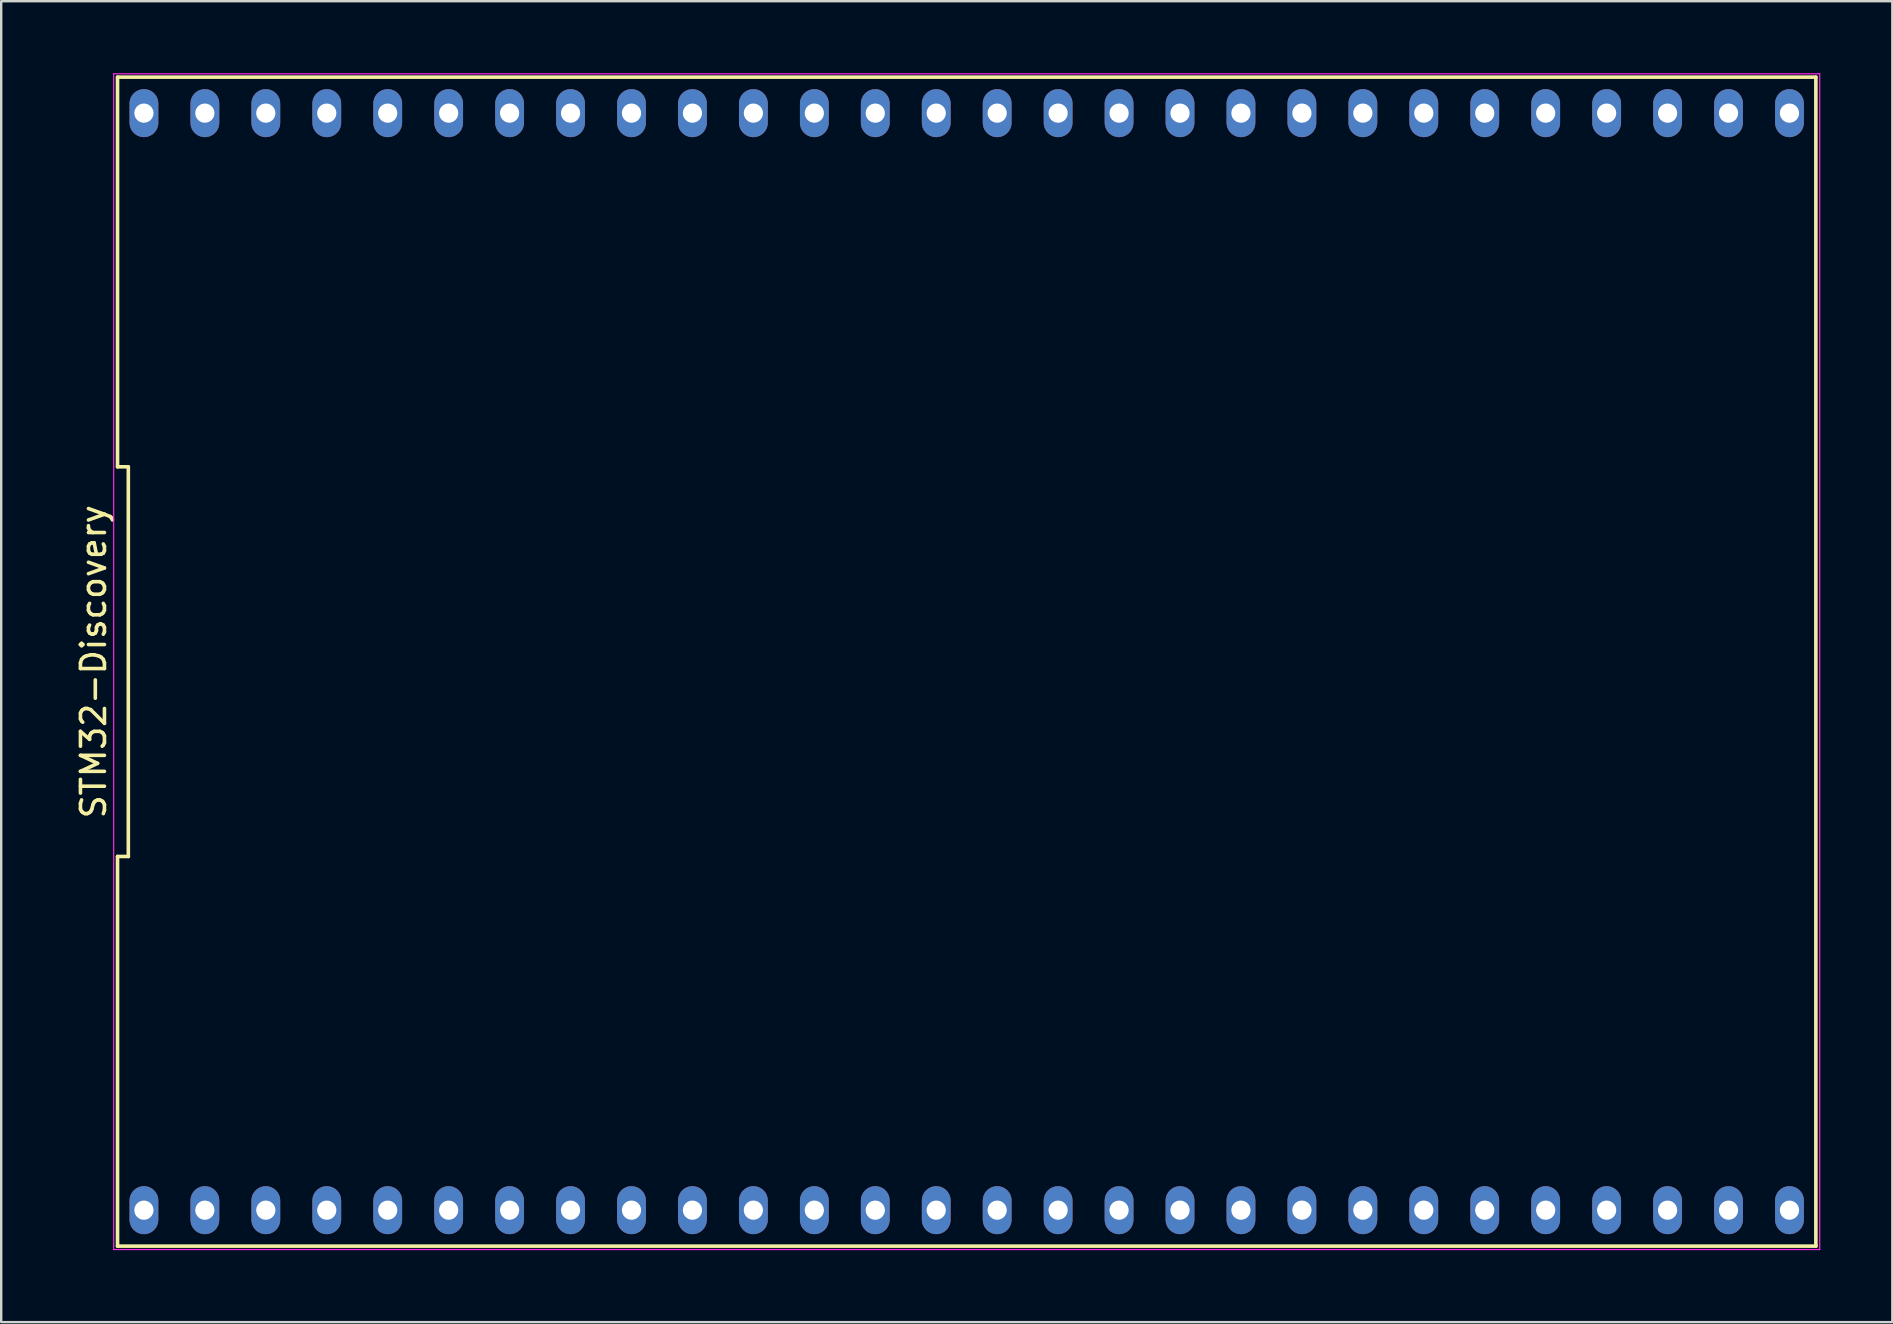
<source format=kicad_pcb>
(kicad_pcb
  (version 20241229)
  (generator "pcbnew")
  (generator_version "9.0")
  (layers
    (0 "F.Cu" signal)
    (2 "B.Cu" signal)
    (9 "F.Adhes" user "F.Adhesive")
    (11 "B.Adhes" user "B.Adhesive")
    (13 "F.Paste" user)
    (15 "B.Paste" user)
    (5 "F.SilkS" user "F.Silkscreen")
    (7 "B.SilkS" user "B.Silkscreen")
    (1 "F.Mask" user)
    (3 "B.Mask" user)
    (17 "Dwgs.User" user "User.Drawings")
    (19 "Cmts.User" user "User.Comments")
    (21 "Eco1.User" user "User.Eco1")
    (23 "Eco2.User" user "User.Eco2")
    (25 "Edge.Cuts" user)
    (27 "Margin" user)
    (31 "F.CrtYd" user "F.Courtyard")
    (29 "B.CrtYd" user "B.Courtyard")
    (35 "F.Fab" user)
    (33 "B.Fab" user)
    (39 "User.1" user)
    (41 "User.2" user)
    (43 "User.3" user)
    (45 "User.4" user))
  (footprint "STM32-Discovery"
    (layer "F.Cu")
    (at 37.238 24.525)
    (property "Reference" "STM32-Discovery" (at -36.39 0 90) (layer "F.SilkS") (effects (font (size 1 1) (thickness 0.15))))
    (attr through_hole)
    (fp_line (start -35.39 -24.36) (end -35.39 -8.12) (stroke (width 0.15) (type solid)) (layer "F.SilkS"))
    (fp_line (start -35.39 -8.12) (end -34.94 -8.12) (stroke (width 0.15) (type solid)) (layer "F.SilkS"))
    (fp_line (start -35.39 8.12) (end -35.39 24.36) (stroke (width 0.15) (type solid)) (layer "F.SilkS"))
    (fp_line (start -35.39 24.36) (end 35.39 24.36) (stroke (width 0.15) (type solid)) (layer "F.SilkS"))
    (fp_line (start -34.94 -8.12) (end -34.94 8.12) (stroke (width 0.15) (type solid)) (layer "F.SilkS"))
    (fp_line (start -34.94 8.12) (end -35.39 8.12) (stroke (width 0.15) (type solid)) (layer "F.SilkS"))
    (fp_line (start 35.39 -24.36) (end -35.39 -24.36) (stroke (width 0.15) (type solid)) (layer "F.SilkS"))
    (fp_line (start 35.39 24.36) (end 35.39 -24.36) (stroke (width 0.15) (type solid)) (layer "F.SilkS"))
    (fp_line (start -35.55 -24.5) (end 35.55 -24.5) (stroke (width 0.05) (type solid)) (layer "F.CrtYd"))
    (fp_line (start -35.55 24.5) (end -35.55 -24.5) (stroke (width 0.05) (type solid)) (layer "F.CrtYd"))
    (fp_line (start 35.55 -24.5) (end 35.55 24.5) (stroke (width 0.05) (type solid)) (layer "F.CrtYd"))
    (fp_line (start 35.55 24.5) (end -35.55 24.5) (stroke (width 0.05) (type solid)) (layer "F.CrtYd"))
    (pad "1" thru_hole oval (at -34.29 22.86) (size 1.2 2) (drill 0.8) (layers "*.Cu" "*.Mask"))
    (pad "2" thru_hole oval (at -31.75 22.86) (size 1.2 2) (drill 0.8) (layers "*.Cu" "*.Mask"))
    (pad "3" thru_hole oval (at -29.21 22.86) (size 1.2 2) (drill 0.8) (layers "*.Cu" "*.Mask"))
    (pad "4" thru_hole oval (at -26.67 22.86) (size 1.2 2) (drill 0.8) (layers "*.Cu" "*.Mask"))
    (pad "5" thru_hole oval (at -24.13 22.86) (size 1.2 2) (drill 0.8) (layers "*.Cu" "*.Mask"))
    (pad "6" thru_hole oval (at -21.59 22.86) (size 1.2 2) (drill 0.8) (layers "*.Cu" "*.Mask"))
    (pad "7" thru_hole oval (at -19.05 22.86) (size 1.2 2) (drill 0.8) (layers "*.Cu" "*.Mask"))
    (pad "8" thru_hole oval (at -16.51 22.86) (size 1.2 2) (drill 0.8) (layers "*.Cu" "*.Mask"))
    (pad "9" thru_hole oval (at -13.97 22.86) (size 1.2 2) (drill 0.8) (layers "*.Cu" "*.Mask"))
    (pad "10" thru_hole oval (at -11.43 22.86) (size 1.2 2) (drill 0.8) (layers "*.Cu" "*.Mask"))
    (pad "11" thru_hole oval (at -8.89 22.86) (size 1.2 2) (drill 0.8) (layers "*.Cu" "*.Mask"))
    (pad "12" thru_hole oval (at -6.35 22.86) (size 1.2 2) (drill 0.8) (layers "*.Cu" "*.Mask"))
    (pad "13" thru_hole oval (at -3.81 22.86) (size 1.2 2) (drill 0.8) (layers "*.Cu" "*.Mask"))
    (pad "14" thru_hole oval (at -1.27 22.86) (size 1.2 2) (drill 0.8) (layers "*.Cu" "*.Mask"))
    (pad "15" thru_hole oval (at 1.27 22.86) (size 1.2 2) (drill 0.8) (layers "*.Cu" "*.Mask"))
    (pad "16" thru_hole oval (at 3.81 22.86) (size 1.2 2) (drill 0.8) (layers "*.Cu" "*.Mask"))
    (pad "17" thru_hole oval (at 6.35 22.86) (size 1.2 2) (drill 0.8) (layers "*.Cu" "*.Mask"))
    (pad "18" thru_hole oval (at 8.89 22.86) (size 1.2 2) (drill 0.8) (layers "*.Cu" "*.Mask"))
    (pad "19" thru_hole oval (at 11.43 22.86) (size 1.2 2) (drill 0.8) (layers "*.Cu" "*.Mask"))
    (pad "20" thru_hole oval (at 13.97 22.86) (size 1.2 2) (drill 0.8) (layers "*.Cu" "*.Mask"))
    (pad "21" thru_hole oval (at 16.51 22.86) (size 1.2 2) (drill 0.8) (layers "*.Cu" "*.Mask"))
    (pad "22" thru_hole oval (at 19.05 22.86) (size 1.2 2) (drill 0.8) (layers "*.Cu" "*.Mask"))
    (pad "23" thru_hole oval (at 21.59 22.86) (size 1.2 2) (drill 0.8) (layers "*.Cu" "*.Mask"))
    (pad "24" thru_hole oval (at 24.13 22.86) (size 1.2 2) (drill 0.8) (layers "*.Cu" "*.Mask"))
    (pad "25" thru_hole oval (at 26.67 22.86) (size 1.2 2) (drill 0.8) (layers "*.Cu" "*.Mask"))
    (pad "26" thru_hole oval (at 29.21 22.86) (size 1.2 2) (drill 0.8) (layers "*.Cu" "*.Mask"))
    (pad "27" thru_hole oval (at 31.75 22.86) (size 1.2 2) (drill 0.8) (layers "*.Cu" "*.Mask"))
    (pad "28" thru_hole oval (at 34.29 22.86) (size 1.2 2) (drill 0.8) (layers "*.Cu" "*.Mask"))
    (pad "29" thru_hole oval (at 34.29 -22.86) (size 1.2 2) (drill 0.8) (layers "*.Cu" "*.Mask"))
    (pad "30" thru_hole oval (at 31.75 -22.86) (size 1.2 2) (drill 0.8) (layers "*.Cu" "*.Mask"))
    (pad "31" thru_hole oval (at 29.21 -22.86) (size 1.2 2) (drill 0.8) (layers "*.Cu" "*.Mask"))
    (pad "32" thru_hole oval (at 26.67 -22.86) (size 1.2 2) (drill 0.8) (layers "*.Cu" "*.Mask"))
    (pad "33" thru_hole oval (at 24.13 -22.86) (size 1.2 2) (drill 0.8) (layers "*.Cu" "*.Mask"))
    (pad "34" thru_hole oval (at 21.59 -22.86) (size 1.2 2) (drill 0.8) (layers "*.Cu" "*.Mask"))
    (pad "35" thru_hole oval (at 19.05 -22.86) (size 1.2 2) (drill 0.8) (layers "*.Cu" "*.Mask"))
    (pad "36" thru_hole oval (at 16.51 -22.86) (size 1.2 2) (drill 0.8) (layers "*.Cu" "*.Mask"))
    (pad "37" thru_hole oval (at 13.97 -22.86) (size 1.2 2) (drill 0.8) (layers "*.Cu" "*.Mask"))
    (pad "38" thru_hole oval (at 11.43 -22.86) (size 1.2 2) (drill 0.8) (layers "*.Cu" "*.Mask"))
    (pad "39" thru_hole oval (at 8.89 -22.86) (size 1.2 2) (drill 0.8) (layers "*.Cu" "*.Mask"))
    (pad "40" thru_hole oval (at 6.35 -22.86) (size 1.2 2) (drill 0.8) (layers "*.Cu" "*.Mask"))
    (pad "41" thru_hole oval (at 3.81 -22.86) (size 1.2 2) (drill 0.8) (layers "*.Cu" "*.Mask"))
    (pad "42" thru_hole oval (at 1.27 -22.86) (size 1.2 2) (drill 0.8) (layers "*.Cu" "*.Mask"))
    (pad "43" thru_hole oval (at -1.27 -22.86) (size 1.2 2) (drill 0.8) (layers "*.Cu" "*.Mask"))
    (pad "44" thru_hole oval (at -3.81 -22.86) (size 1.2 2) (drill 0.8) (layers "*.Cu" "*.Mask"))
    (pad "45" thru_hole oval (at -6.35 -22.86) (size 1.2 2) (drill 0.8) (layers "*.Cu" "*.Mask"))
    (pad "46" thru_hole oval (at -8.89 -22.86) (size 1.2 2) (drill 0.8) (layers "*.Cu" "*.Mask"))
    (pad "47" thru_hole oval (at -11.43 -22.86) (size 1.2 2) (drill 0.8) (layers "*.Cu" "*.Mask"))
    (pad "48" thru_hole oval (at -13.97 -22.86) (size 1.2 2) (drill 0.8) (layers "*.Cu" "*.Mask"))
    (pad "49" thru_hole oval (at -16.51 -22.86) (size 1.2 2) (drill 0.8) (layers "*.Cu" "*.Mask"))
    (pad "50" thru_hole oval (at -19.05 -22.86) (size 1.2 2) (drill 0.8) (layers "*.Cu" "*.Mask"))
    (pad "51" thru_hole oval (at -21.59 -22.86) (size 1.2 2) (drill 0.8) (layers "*.Cu" "*.Mask"))
    (pad "52" thru_hole oval (at -24.13 -22.86) (size 1.2 2) (drill 0.8) (layers "*.Cu" "*.Mask"))
    (pad "53" thru_hole oval (at -26.67 -22.86) (size 1.2 2) (drill 0.8) (layers "*.Cu" "*.Mask"))
    (pad "54" thru_hole oval (at -29.21 -22.86) (size 1.2 2) (drill 0.8) (layers "*.Cu" "*.Mask"))
    (pad "55" thru_hole oval (at -31.75 -22.86) (size 1.2 2) (drill 0.8) (layers "*.Cu" "*.Mask"))
    (pad "56" thru_hole oval (at -34.29 -22.86) (size 1.2 2) (drill 0.8) (layers "*.Cu" "*.Mask")))
  (gr_rect
    (start -3 -3)
    (end 75.813 52.05)
    (stroke (width 0.1) (type default))
    (fill no)
    (layer "Edge.Cuts")))
</source>
